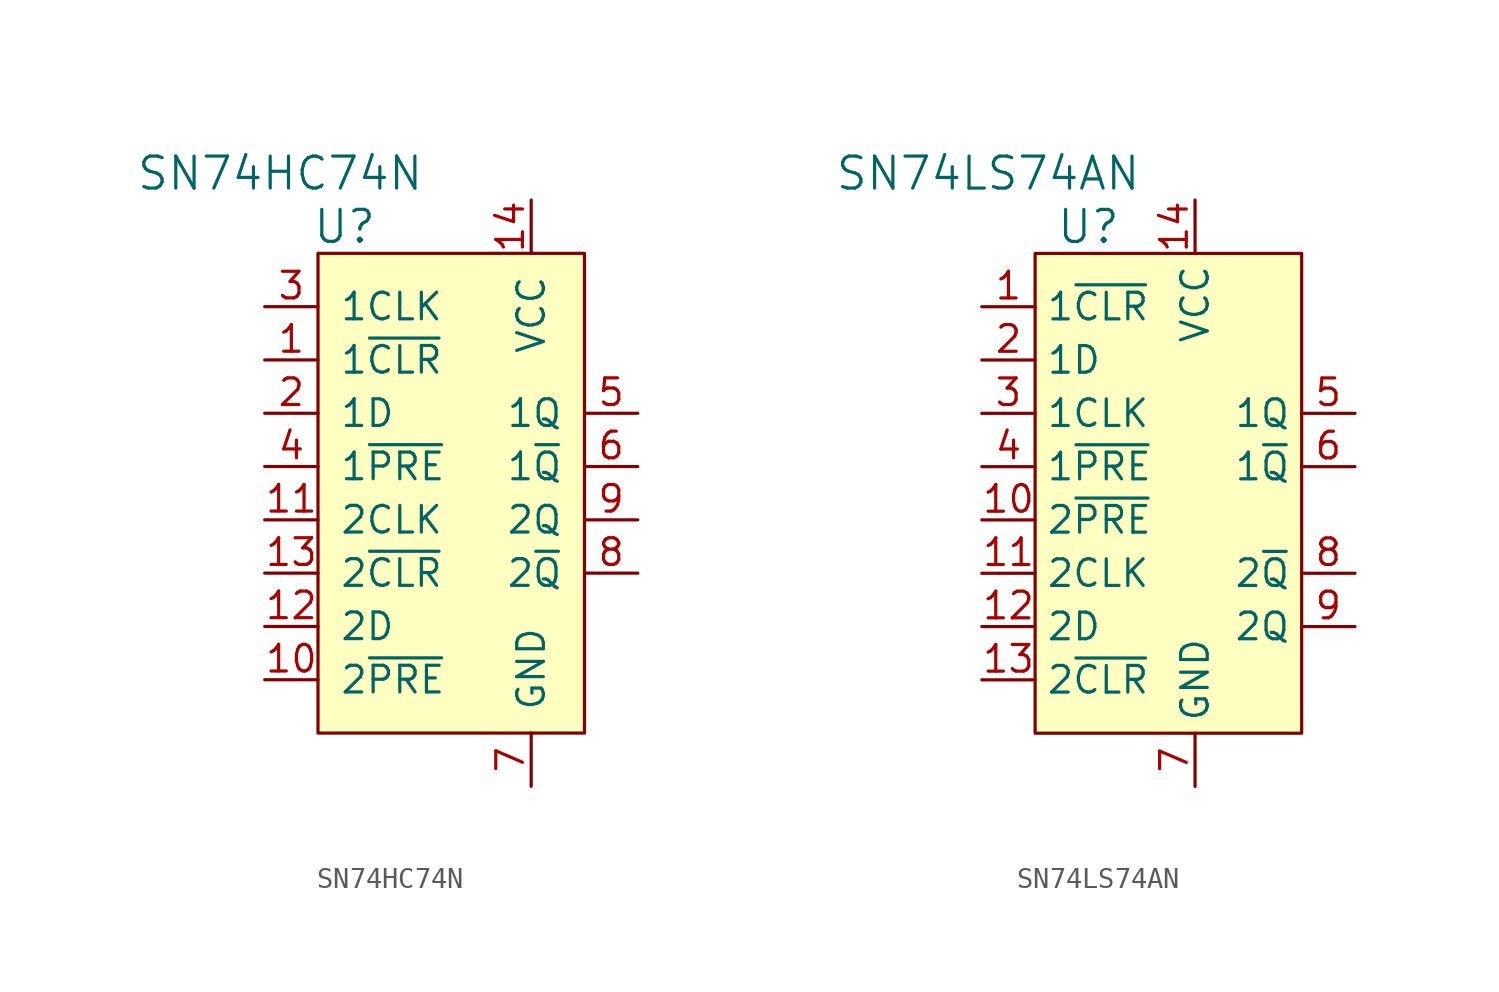
<source format=kicad_sym>
(kicad_symbol_lib
  (version 20231120)
  (generator "kicad_symbol_editor")
  (generator_version "8.0")
  (symbol "SN74HC74N"
    (pin_names
      (offset 1.016))
    (property "Reference" "U"
      (at -6.35 11.43 0)
      (effects (font (size 1.524 1.524))))
    (property "Value" "SN74HC74N"
      (at -2.54 13.97 0)
      (effects (font (size 1.524 1.524)) (justify right)))
    (symbol "SN74HC74N_0_1"
      (rectangle (start -7.62 10.16) (end 5.08 -12.7) (stroke (width 0) (type default)) (fill (type background))))
    (symbol "SN74HC74N_1_1"
      (pin input line (at -10.16 5.08 0) (length 2.54) (name "1~{CLR}" (effects (font (size 1.27 1.27)))) (number "1" (effects (font (size 1.27 1.27)))))
      (pin input line (at -10.16 -10.16 0) (length 2.54) (name "2~{PRE}" (effects (font (size 1.27 1.27)))) (number "10" (effects (font (size 1.27 1.27)))))
      (pin input line (at -10.16 -2.54 0) (length 2.54) (name "2CLK" (effects (font (size 1.27 1.27)))) (number "11" (effects (font (size 1.27 1.27)))))
      (pin input line (at -10.16 -7.62 0) (length 2.54) (name "2D" (effects (font (size 1.27 1.27)))) (number "12" (effects (font (size 1.27 1.27)))))
      (pin input line (at -10.16 -5.08 0) (length 2.54) (name "2~{CLR}" (effects (font (size 1.27 1.27)))) (number "13" (effects (font (size 1.27 1.27)))))
      (pin power_in line (at 2.54 12.7 270) (length 2.54) (name "VCC" (effects (font (size 1.27 1.27)))) (number "14" (effects (font (size 1.27 1.27)))))
      (pin input line (at -10.16 2.54 0) (length 2.54) (name "1D" (effects (font (size 1.27 1.27)))) (number "2" (effects (font (size 1.27 1.27)))))
      (pin input line (at -10.16 7.62 0) (length 2.54) (name "1CLK" (effects (font (size 1.27 1.27)))) (number "3" (effects (font (size 1.27 1.27)))))
      (pin input line (at -10.16 0 0) (length 2.54) (name "1~{PRE}" (effects (font (size 1.27 1.27)))) (number "4" (effects (font (size 1.27 1.27)))))
      (pin output line (at 7.62 2.54 180) (length 2.54) (name "1Q" (effects (font (size 1.27 1.27)))) (number "5" (effects (font (size 1.27 1.27)))))
      (pin output line (at 7.62 0 180) (length 2.54) (name "1~{Q}" (effects (font (size 1.27 1.27)))) (number "6" (effects (font (size 1.27 1.27)))))
      (pin power_in line (at 2.54 -15.24 90) (length 2.54) (name "GND" (effects (font (size 1.27 1.27)))) (number "7" (effects (font (size 1.27 1.27)))))
      (pin output line (at 7.62 -5.08 180) (length 2.54) (name "2~{Q}" (effects (font (size 1.27 1.27)))) (number "8" (effects (font (size 1.27 1.27)))))
      (pin output line (at 7.62 -2.54 180) (length 2.54) (name "2Q" (effects (font (size 1.27 1.27)))) (number "9" (effects (font (size 1.27 1.27)))))))
  (symbol "SN74LS74AN"
    (property "Reference" "U"
      (at -2.54 11.43 0)
      (effects (font (size 1.524 1.524))))
    (property "Value" "SN74LS74AN"
      (at 0 13.97 0)
      (effects (font (size 1.524 1.524)) (justify right)))
    (symbol "SN74LS74AN_0_1"
      (rectangle (start -5.08 10.16) (end 7.62 -12.7) (stroke (width 0) (type default)) (fill (type background))))
    (symbol "SN74LS74AN_1_1"
      (pin input line (at -7.62 7.62 0) (length 2.54) (name "1~{CLR}" (effects (font (size 1.27 1.27)))) (number "1" (effects (font (size 1.27 1.27)))))
      (pin input line (at -7.62 -2.54 0) (length 2.54) (name "2~{PRE}" (effects (font (size 1.27 1.27)))) (number "10" (effects (font (size 1.27 1.27)))))
      (pin input line (at -7.62 -5.08 0) (length 2.54) (name "2CLK" (effects (font (size 1.27 1.27)))) (number "11" (effects (font (size 1.27 1.27)))))
      (pin input line (at -7.62 -7.62 0) (length 2.54) (name "2D" (effects (font (size 1.27 1.27)))) (number "12" (effects (font (size 1.27 1.27)))))
      (pin input line (at -7.62 -10.16 0) (length 2.54) (name "2~{CLR}" (effects (font (size 1.27 1.27)))) (number "13" (effects (font (size 1.27 1.27)))))
      (pin power_in line (at 2.54 12.7 270) (length 2.54) (name "VCC" (effects (font (size 1.27 1.27)))) (number "14" (effects (font (size 1.27 1.27)))))
      (pin input line (at -7.62 5.08 0) (length 2.54) (name "1D" (effects (font (size 1.27 1.27)))) (number "2" (effects (font (size 1.27 1.27)))))
      (pin input line (at -7.62 2.54 0) (length 2.54) (name "1CLK" (effects (font (size 1.27 1.27)))) (number "3" (effects (font (size 1.27 1.27)))))
      (pin input line (at -7.62 0 0) (length 2.54) (name "1~{PRE}" (effects (font (size 1.27 1.27)))) (number "4" (effects (font (size 1.27 1.27)))))
      (pin output line (at 10.16 2.54 180) (length 2.54) (name "1Q" (effects (font (size 1.27 1.27)))) (number "5" (effects (font (size 1.27 1.27)))))
      (pin output line (at 10.16 0 180) (length 2.54) (name "1~{Q}" (effects (font (size 1.27 1.27)))) (number "6" (effects (font (size 1.27 1.27)))))
      (pin power_in line (at 2.54 -15.24 90) (length 2.54) (name "GND" (effects (font (size 1.27 1.27)))) (number "7" (effects (font (size 1.27 1.27)))))
      (pin output line (at 10.16 -5.08 180) (length 2.54) (name "2~{Q}" (effects (font (size 1.27 1.27)))) (number "8" (effects (font (size 1.27 1.27)))))
      (pin output line (at 10.16 -7.62 180) (length 2.54) (name "2Q" (effects (font (size 1.27 1.27)))) (number "9" (effects (font (size 1.27 1.27))))))))
</source>
